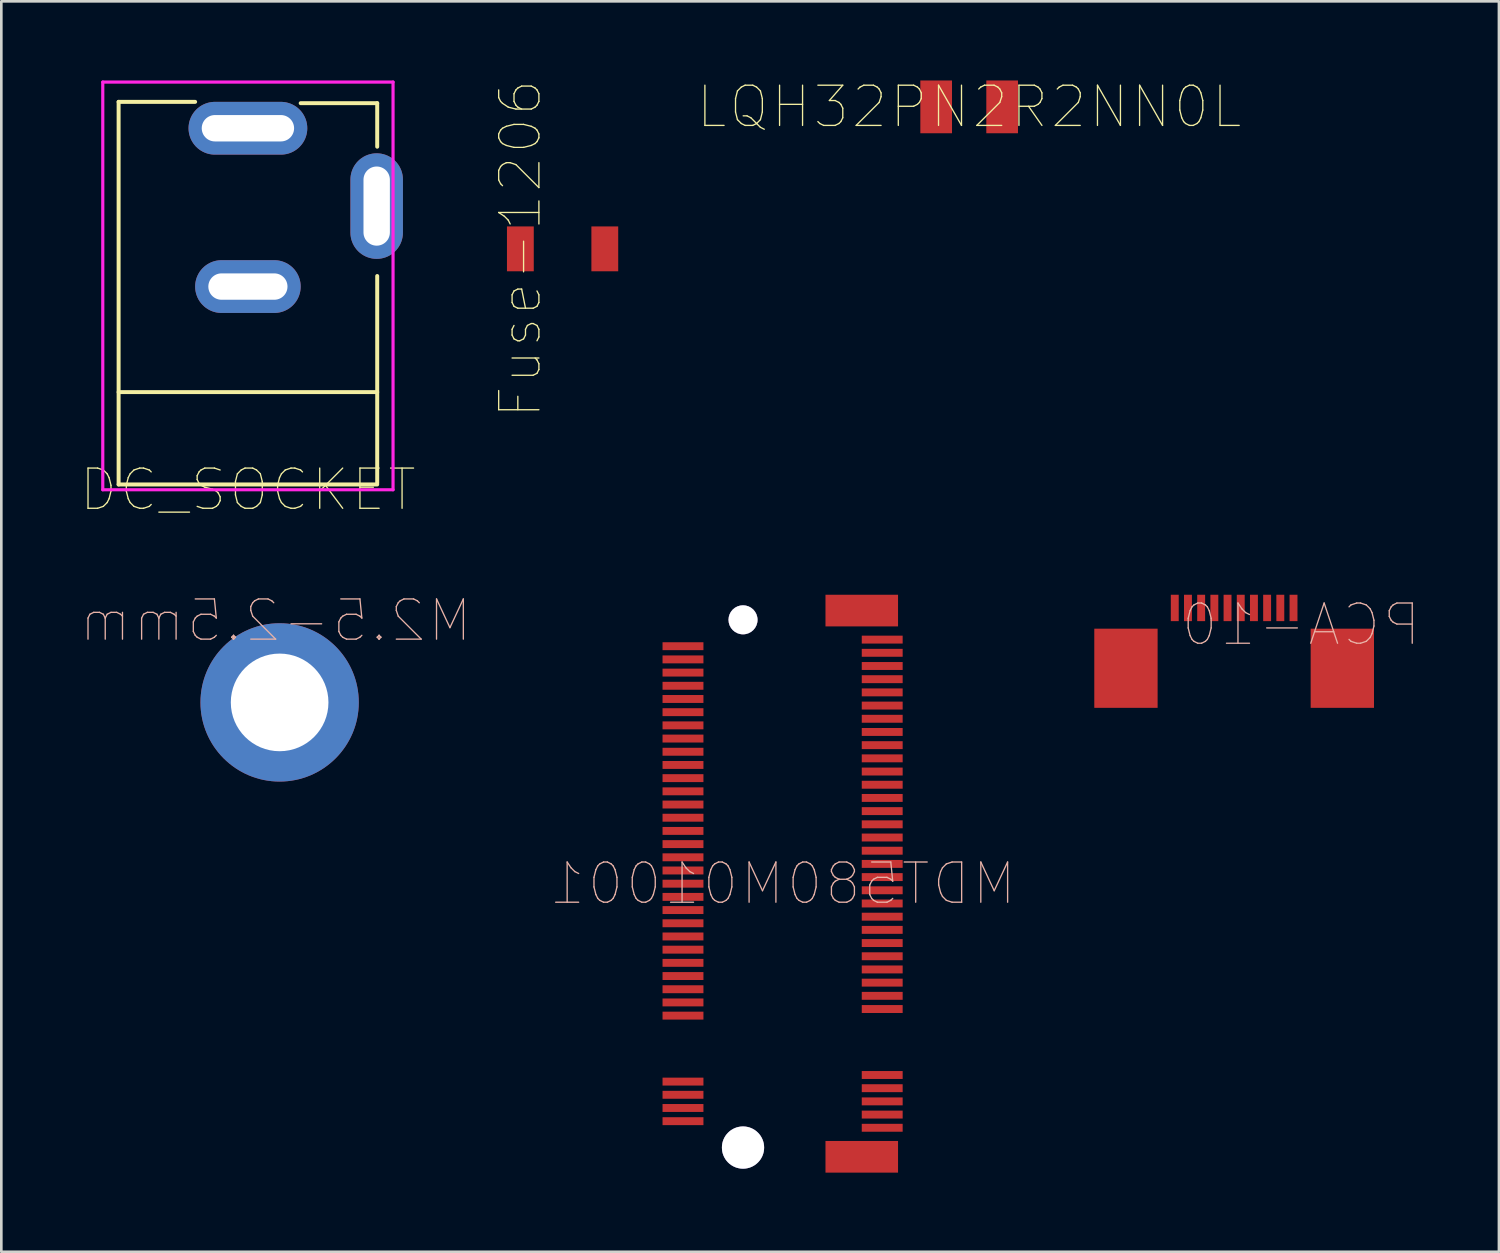
<source format=kicad_pcb>
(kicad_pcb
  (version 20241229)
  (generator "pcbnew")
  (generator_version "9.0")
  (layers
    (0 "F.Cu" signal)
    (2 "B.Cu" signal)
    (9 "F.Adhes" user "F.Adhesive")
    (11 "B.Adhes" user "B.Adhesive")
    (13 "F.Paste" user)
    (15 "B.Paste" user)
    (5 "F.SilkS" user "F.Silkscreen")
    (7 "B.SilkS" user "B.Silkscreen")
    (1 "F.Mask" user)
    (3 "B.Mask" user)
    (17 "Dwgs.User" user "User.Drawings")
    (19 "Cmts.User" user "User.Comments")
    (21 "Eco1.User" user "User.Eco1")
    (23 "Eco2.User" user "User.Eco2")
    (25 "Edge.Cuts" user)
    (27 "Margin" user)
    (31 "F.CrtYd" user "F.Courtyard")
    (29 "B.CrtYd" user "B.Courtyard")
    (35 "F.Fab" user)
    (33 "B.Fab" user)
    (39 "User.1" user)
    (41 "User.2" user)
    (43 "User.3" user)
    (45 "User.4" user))
  (footprint "MDT580M01001"
    (layer "F.Cu")
    (at 26.608 30.439)
    (property "Reference" "MDT580M01001" (at 0 0 0) (layer "B.SilkS") (effects (font (size 1.524 1.524) (thickness 0.05)) (justify mirror)))
    (attr smd)
    (pad "1" smd rect (at 3.775 -9.25 270) (size 0.3 1.55) (layers "F.Cu" "F.Mask" "F.Paste"))
    (pad "2" smd rect (at -3.775 -9 270) (size 0.3 1.55) (layers "F.Cu" "F.Mask" "F.Paste"))
    (pad "3" smd rect (at 3.775 -8.75 270) (size 0.3 1.55) (layers "F.Cu" "F.Mask" "F.Paste"))
    (pad "4" smd rect (at -3.775 -8.5 270) (size 0.3 1.55) (layers "F.Cu" "F.Mask" "F.Paste"))
    (pad "5" smd rect (at 3.775 -8.25 270) (size 0.3 1.55) (layers "F.Cu" "F.Mask" "F.Paste"))
    (pad "6" smd rect (at -3.775 -8 270) (size 0.3 1.55) (layers "F.Cu" "F.Mask" "F.Paste"))
    (pad "7" smd rect (at 3.775 -7.75 270) (size 0.3 1.55) (layers "F.Cu" "F.Mask" "F.Paste"))
    (pad "8" smd rect (at -3.775 -7.5 270) (size 0.3 1.55) (layers "F.Cu" "F.Mask" "F.Paste"))
    (pad "9" smd rect (at 3.775 -7.25 270) (size 0.3 1.55) (layers "F.Cu" "F.Mask" "F.Paste"))
    (pad "10" smd rect (at -3.775 -7 270) (size 0.3 1.55) (layers "F.Cu" "F.Mask" "F.Paste"))
    (pad "11" smd rect (at 3.775 -6.75 270) (size 0.3 1.55) (layers "F.Cu" "F.Mask" "F.Paste"))
    (pad "12" smd rect (at -3.775 -6.5 270) (size 0.3 1.55) (layers "F.Cu" "F.Mask" "F.Paste"))
    (pad "13" smd rect (at 3.775 -6.25 270) (size 0.3 1.55) (layers "F.Cu" "F.Mask" "F.Paste"))
    (pad "14" smd rect (at -3.775 -6 270) (size 0.3 1.55) (layers "F.Cu" "F.Mask" "F.Paste"))
    (pad "15" smd rect (at 3.775 -5.75 270) (size 0.3 1.55) (layers "F.Cu" "F.Mask" "F.Paste"))
    (pad "16" smd rect (at -3.775 -5.5 270) (size 0.3 1.55) (layers "F.Cu" "F.Mask" "F.Paste"))
    (pad "17" smd rect (at 3.775 -5.25 270) (size 0.3 1.55) (layers "F.Cu" "F.Mask" "F.Paste"))
    (pad "18" smd rect (at -3.775 -5 270) (size 0.3 1.55) (layers "F.Cu" "F.Mask" "F.Paste"))
    (pad "19" smd rect (at 3.775 -4.75 270) (size 0.3 1.55) (layers "F.Cu" "F.Mask" "F.Paste"))
    (pad "20" smd rect (at -3.775 -4.5 270) (size 0.3 1.55) (layers "F.Cu" "F.Mask" "F.Paste"))
    (pad "21" smd rect (at 3.775 -4.25 270) (size 0.3 1.55) (layers "F.Cu" "F.Mask" "F.Paste"))
    (pad "22" smd rect (at -3.775 -4 270) (size 0.3 1.55) (layers "F.Cu" "F.Mask" "F.Paste"))
    (pad "23" smd rect (at 3.775 -3.75 270) (size 0.3 1.55) (layers "F.Cu" "F.Mask" "F.Paste"))
    (pad "24" smd rect (at -3.775 -3.5 270) (size 0.3 1.55) (layers "F.Cu" "F.Mask" "F.Paste"))
    (pad "25" smd rect (at 3.775 -3.25 270) (size 0.3 1.55) (layers "F.Cu" "F.Mask" "F.Paste"))
    (pad "26" smd rect (at -3.775 -3 270) (size 0.3 1.55) (layers "F.Cu" "F.Mask" "F.Paste"))
    (pad "27" smd rect (at 3.775 -2.75 270) (size 0.3 1.55) (layers "F.Cu" "F.Mask" "F.Paste"))
    (pad "28" smd rect (at -3.775 -2.5 270) (size 0.3 1.55) (layers "F.Cu" "F.Mask" "F.Paste"))
    (pad "29" smd rect (at 3.775 -2.25 270) (size 0.3 1.55) (layers "F.Cu" "F.Mask" "F.Paste"))
    (pad "30" smd rect (at -3.775 -2 270) (size 0.3 1.55) (layers "F.Cu" "F.Mask" "F.Paste"))
    (pad "31" smd rect (at 3.775 -1.75 270) (size 0.3 1.55) (layers "F.Cu" "F.Mask" "F.Paste"))
    (pad "32" smd rect (at -3.775 -1.5 270) (size 0.3 1.55) (layers "F.Cu" "F.Mask" "F.Paste"))
    (pad "33" smd rect (at 3.775 -1.25 270) (size 0.3 1.55) (layers "F.Cu" "F.Mask" "F.Paste"))
    (pad "34" smd rect (at -3.775 -1 270) (size 0.3 1.55) (layers "F.Cu" "F.Mask" "F.Paste"))
    (pad "35" smd rect (at 3.775 -0.75 270) (size 0.3 1.55) (layers "F.Cu" "F.Mask" "F.Paste"))
    (pad "36" smd rect (at -3.775 -0.5 270) (size 0.3 1.55) (layers "F.Cu" "F.Mask" "F.Paste"))
    (pad "37" smd rect (at 3.775 -0.25 270) (size 0.3 1.55) (layers "F.Cu" "F.Mask" "F.Paste"))
    (pad "38" smd rect (at -3.775 0 270) (size 0.3 1.55) (layers "F.Cu" "F.Mask" "F.Paste"))
    (pad "39" smd rect (at 3.775 0.25 270) (size 0.3 1.55) (layers "F.Cu" "F.Mask" "F.Paste"))
    (pad "40" smd rect (at -3.775 0.5 270) (size 0.3 1.55) (layers "F.Cu" "F.Mask" "F.Paste"))
    (pad "41" smd rect (at 3.775 0.75 270) (size 0.3 1.55) (layers "F.Cu" "F.Mask" "F.Paste"))
    (pad "42" smd rect (at -3.775 1 270) (size 0.3 1.55) (layers "F.Cu" "F.Mask" "F.Paste"))
    (pad "43" smd rect (at 3.775 1.25 270) (size 0.3 1.55) (layers "F.Cu" "F.Mask" "F.Paste"))
    (pad "44" smd rect (at -3.775 1.5 270) (size 0.3 1.55) (layers "F.Cu" "F.Mask" "F.Paste"))
    (pad "45" smd rect (at 3.775 1.75 270) (size 0.3 1.55) (layers "F.Cu" "F.Mask" "F.Paste"))
    (pad "46" smd rect (at -3.775 2 270) (size 0.3 1.55) (layers "F.Cu" "F.Mask" "F.Paste"))
    (pad "47" smd rect (at 3.775 2.25 270) (size 0.3 1.55) (layers "F.Cu" "F.Mask" "F.Paste"))
    (pad "48" smd rect (at -3.775 2.5 270) (size 0.3 1.55) (layers "F.Cu" "F.Mask" "F.Paste"))
    (pad "49" smd rect (at 3.775 2.75 270) (size 0.3 1.55) (layers "F.Cu" "F.Mask" "F.Paste"))
    (pad "50" smd rect (at -3.775 3 270) (size 0.3 1.55) (layers "F.Cu" "F.Mask" "F.Paste"))
    (pad "51" smd rect (at 3.775 3.25 270) (size 0.3 1.55) (layers "F.Cu" "F.Mask" "F.Paste"))
    (pad "52" smd rect (at -3.775 3.5 270) (size 0.3 1.55) (layers "F.Cu" "F.Mask" "F.Paste"))
    (pad "53" smd rect (at 3.775 3.75 270) (size 0.3 1.55) (layers "F.Cu" "F.Mask" "F.Paste"))
    (pad "54" smd rect (at -3.775 4 270) (size 0.3 1.55) (layers "F.Cu" "F.Mask" "F.Paste"))
    (pad "55" smd rect (at 3.775 4.25 270) (size 0.3 1.55) (layers "F.Cu" "F.Mask" "F.Paste"))
    (pad "56" smd rect (at -3.775 4.5 270) (size 0.3 1.55) (layers "F.Cu" "F.Mask" "F.Paste"))
    (pad "57" smd rect (at 3.775 4.75 270) (size 0.3 1.55) (layers "F.Cu" "F.Mask" "F.Paste"))
    (pad "58" smd rect (at -3.775 5 270) (size 0.3 1.55) (layers "F.Cu" "F.Mask" "F.Paste"))
    (pad "67" smd rect (at 3.775 7.25 270) (size 0.3 1.55) (layers "F.Cu" "F.Mask" "F.Paste"))
    (pad "68" smd rect (at -3.775 7.5 270) (size 0.3 1.55) (layers "F.Cu" "F.Mask" "F.Paste"))
    (pad "69" smd rect (at 3.775 7.75 270) (size 0.3 1.55) (layers "F.Cu" "F.Mask" "F.Paste"))
    (pad "70" smd rect (at -3.775 8 270) (size 0.3 1.55) (layers "F.Cu" "F.Mask" "F.Paste"))
    (pad "71" smd rect (at 3.775 8.25 270) (size 0.3 1.55) (layers "F.Cu" "F.Mask" "F.Paste"))
    (pad "72" smd rect (at -3.775 8.5 270) (size 0.3 1.55) (layers "F.Cu" "F.Mask" "F.Paste"))
    (pad "73" smd rect (at 3.775 8.75 270) (size 0.3 1.55) (layers "F.Cu" "F.Mask" "F.Paste"))
    (pad "74" smd rect (at -3.775 9 270) (size 0.3 1.55) (layers "F.Cu" "F.Mask" "F.Paste"))
    (pad "75" smd rect (at 3.775 9.25 270) (size 0.3 1.55) (layers "F.Cu" "F.Mask" "F.Paste"))
    (pad "None" thru_hole circle (at -1.5 -10 270) (size 1.1 1.1) (drill 1.1) (layers "*.Cu" "*.Mask"))
    (pad "None" thru_hole circle (at -1.5 10 270) (size 1.6 1.6) (drill 1.6) (layers "*.Cu" "*.Mask"))
    (pad "SH1" smd rect (at 3 -10.35 270) (size 1.2 2.75) (layers "F.Cu" "F.Mask" "F.Paste"))
    (pad "SH2" smd rect (at 3 10.35 270) (size 1.2 2.75) (layers "F.Cu" "F.Mask" "F.Paste")))
  (footprint "M2.5-2.5mm"
    (layer "F.Cu")
    (at 7.547 23.569)
    (property "Reference" "M2.5-2.5mm" (at -0.15 -3.1 0) (layer "B.SilkS") (effects (font (size 1.524 1.524) (thickness 0.05)) (justify mirror)))
    (attr smd)
    (pad "1" thru_hole circle (at 0 0) (size 6 6) (drill 3.7) (layers "F.Cu" "F.Mask")))
  (footprint "Fuse-1206"
    (layer "F.Cu")
    (at 18.27 6.381)
    (property "Reference" "Fuse-1206" (at -1.6 0 270) (layer "F.SilkS") (effects (font (size 1.524 1.524) (thickness 0.05))))
    (attr smd)
    (pad "1" smd rect (at -1.6 0) (size 1.016 1.7) (layers "F.Cu" "F.Mask" "F.Paste"))
    (pad "2" smd rect (at 1.6 0) (size 1.016 1.7) (layers "F.Cu" "F.Mask" "F.Paste")))
  (footprint "PCA-10"
    (layer "F.Cu")
    (at 46.26 20.624)
    (property "Reference" "PCA-10" (at 0 0 0) (layer "B.SilkS") (effects (font (size 1.524 1.524) (thickness 0.05)) (justify mirror)))
    (attr smd)
    (pad "1" smd rect (at -4.79 -0.635 180) (size 0.3 1) (layers "F.Cu" "F.Mask" "F.Paste"))
    (pad "2" smd rect (at -4.29 -0.635 180) (size 0.3 1) (layers "F.Cu" "F.Mask" "F.Paste"))
    (pad "3" smd rect (at -3.79 -0.635 180) (size 0.3 1) (layers "F.Cu" "F.Mask" "F.Paste"))
    (pad "4" smd rect (at -3.29 -0.635 180) (size 0.3 1) (layers "F.Cu" "F.Mask" "F.Paste"))
    (pad "5" smd rect (at -2.79 -0.635 180) (size 0.3 1) (layers "F.Cu" "F.Mask" "F.Paste"))
    (pad "6" smd rect (at -2.29 -0.635 180) (size 0.3 1) (layers "F.Cu" "F.Mask" "F.Paste"))
    (pad "7" smd rect (at -1.79 -0.635 180) (size 0.3 1) (layers "F.Cu" "F.Mask" "F.Paste"))
    (pad "8" smd rect (at -1.29 -0.635 180) (size 0.3 1) (layers "F.Cu" "F.Mask" "F.Paste"))
    (pad "9" smd rect (at -0.79 -0.635 180) (size 0.3 1) (layers "F.Cu" "F.Mask" "F.Paste"))
    (pad "10" smd rect (at -0.29 -0.635 180) (size 0.3 1) (layers "F.Cu" "F.Mask" "F.Paste"))
    (pad "M" smd rect (at -6.64 1.651 180) (size 2.4 3) (layers "F.Cu" "F.Mask" "F.Paste"))
    (pad "M" smd rect (at 1.56 1.651 180) (size 2.4 3) (layers "F.Cu" "F.Mask" "F.Paste")))
  (footprint "DC_SOCKET"
    (layer "F.Cu")
    (at 6.345 15.51)
    (property "Reference" "DC_SOCKET" (at 0 0 0) (layer "F.SilkS") (effects (font (size 1.524 1.524) (thickness 0.05))))
    (attr through_hole)
    (fp_line (start -4.9 -14.7) (end -2 -14.7) (stroke (width 0.15) (type solid)) (layer "F.SilkS"))
    (fp_line (start -4.9 -3.7) (end 4.9 -3.7) (stroke (width 0.15) (type solid)) (layer "F.SilkS"))
    (fp_line (start -4.9 -0.2) (end -4.9 -14.7) (stroke (width 0.15) (type solid)) (layer "F.SilkS"))
    (fp_line (start -4.9 -0.2) (end 4.9 -0.2) (stroke (width 0.15) (type solid)) (layer "F.SilkS"))
    (fp_line (start 2 -14.65) (end 4.9 -14.65) (stroke (width 0.15) (type solid)) (layer "F.SilkS"))
    (fp_line (start 4.9 -14.65) (end 4.9 -13) (stroke (width 0.15) (type solid)) (layer "F.SilkS"))
    (fp_line (start 4.9 -0.25) (end 4.9 -8.1) (stroke (width 0.15) (type solid)) (layer "F.SilkS"))
    (fp_line (start -5.5 -15.45) (end 5.5 -15.45) (stroke (width 0.12) (type solid)) (layer "F.CrtYd"))
    (fp_line (start -5.5 0) (end -5.5 -15.45) (stroke (width 0.12) (type solid)) (layer "F.CrtYd"))
    (fp_line (start 5.5 -15.45) (end 5.5 0) (stroke (width 0.12) (type solid)) (layer "F.CrtYd"))
    (fp_line (start 5.5 0) (end -5.5 0) (stroke (width 0.12) (type solid)) (layer "F.CrtYd"))
    (pad "1" thru_hole oval (at 0 -13.7 270) (size 2 4.5) (drill oval 1 3.5) (layers "*.Cu" "*.Mask"))
    (pad "2" thru_hole oval (at 4.88 -10.75 180) (size 1.99 4) (drill oval 1 3) (layers "*.Cu" "*.Mask"))
    (pad "3" thru_hole oval (at 0 -7.7 90) (size 2 4) (drill oval 1 3) (layers "*.Cu" "*.Mask")))
  (footprint "LQH32PN2R2NN0L"
    (layer "F.Cu")
    (at 33.678 1)
    (property "Reference" "LQH32PN2R2NN0L" (at 0 0 0) (layer "F.SilkS") (effects (font (size 1.524 1.524) (thickness 0.05))))
    (attr smd)
    (pad "1" smd rect (at -1.25 0) (size 1.2 2) (layers "F.Cu" "F.Mask" "F.Paste"))
    (pad "2" smd rect (at 1.25 0) (size 1.2 2) (layers "F.Cu" "F.Mask" "F.Paste")))
  (gr_rect
    (start -3 -3)
    (end 53.755 44.389)
    (stroke (width 0.1) (type default))
    (fill no)
    (layer "Edge.Cuts")))
</source>
